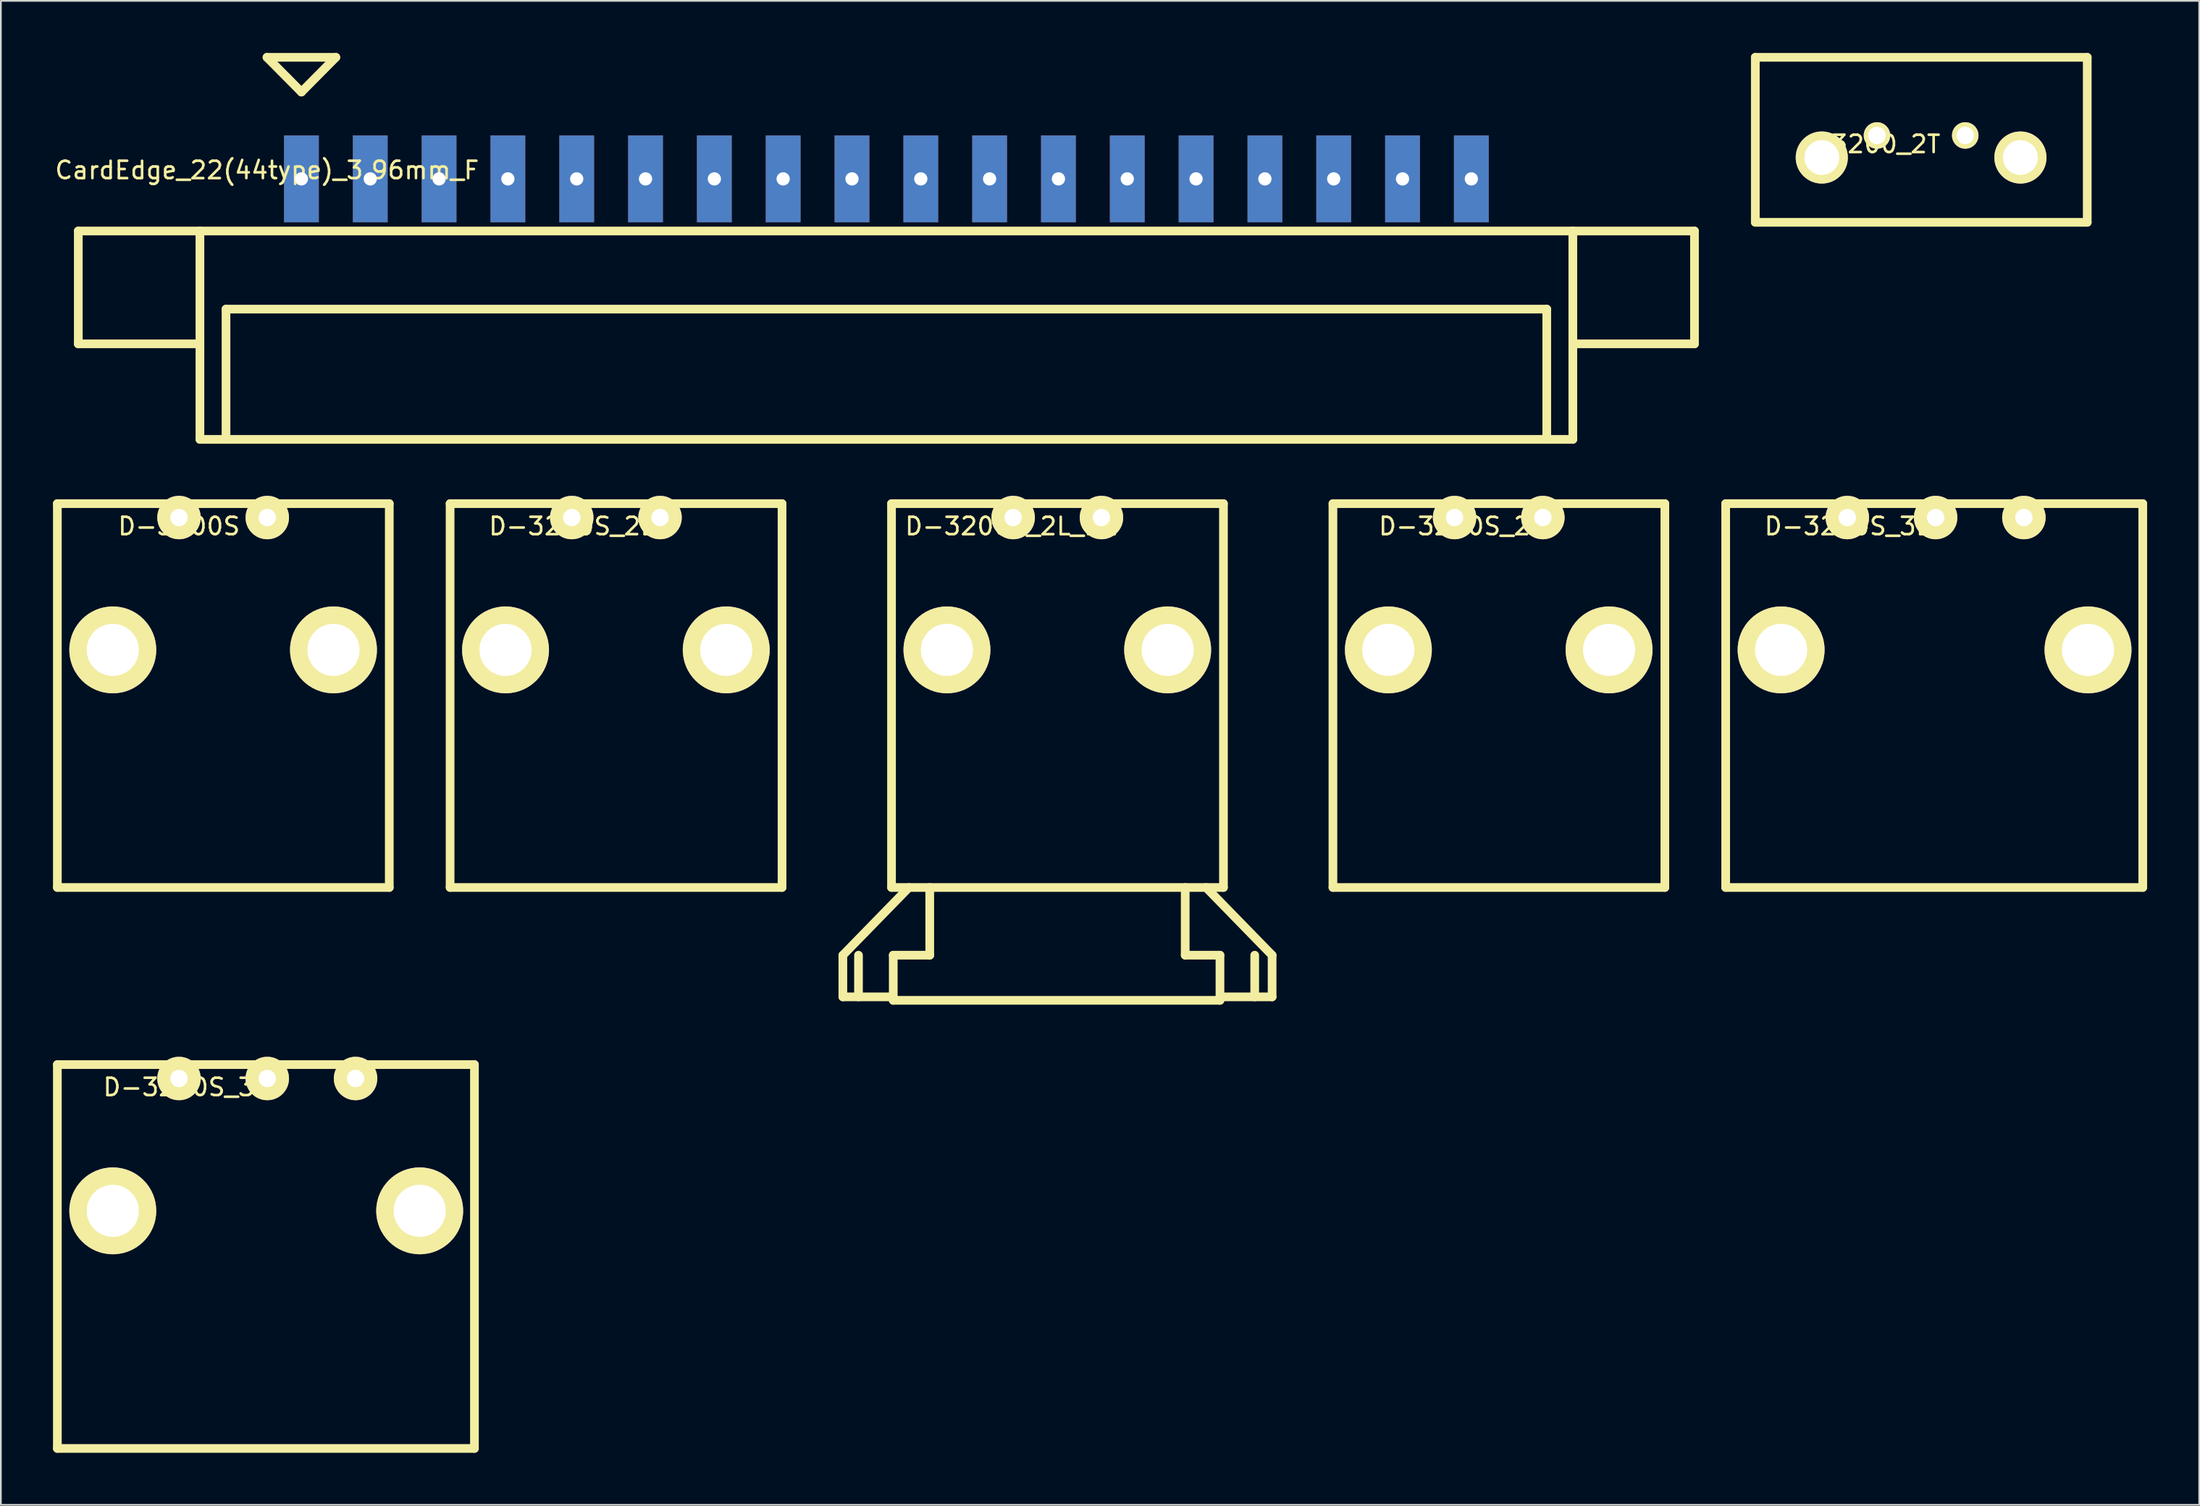
<source format=kicad_pcb>
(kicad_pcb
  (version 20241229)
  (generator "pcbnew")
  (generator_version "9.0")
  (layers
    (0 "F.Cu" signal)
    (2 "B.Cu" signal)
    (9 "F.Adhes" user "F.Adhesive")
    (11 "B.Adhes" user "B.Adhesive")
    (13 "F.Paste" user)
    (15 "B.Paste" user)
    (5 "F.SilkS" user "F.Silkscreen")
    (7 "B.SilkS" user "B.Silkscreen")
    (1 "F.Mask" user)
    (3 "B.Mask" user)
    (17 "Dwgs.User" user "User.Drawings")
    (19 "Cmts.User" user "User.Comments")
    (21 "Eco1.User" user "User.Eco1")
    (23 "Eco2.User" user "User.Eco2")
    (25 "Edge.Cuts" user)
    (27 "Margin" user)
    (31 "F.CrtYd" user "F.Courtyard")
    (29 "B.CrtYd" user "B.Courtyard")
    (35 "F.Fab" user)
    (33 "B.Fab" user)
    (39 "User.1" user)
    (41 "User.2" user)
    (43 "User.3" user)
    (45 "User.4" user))
  (footprint "D-3200S_3L"
    (layer "F.Cu")
    (at 103.25 26.75)
    (property "Reference" "D-3200S_3L" (at 0 0.5 0) (layer "F.SilkS") (effects (font (size 1 1) (thickness 0.15))))
    (attr through_hole)
    (fp_line (start -7 -0.8) (end -7 21.3) (stroke (width 0.5) (type solid)) (layer "F.SilkS"))
    (fp_line (start -7 21.3) (end 17 21.3) (stroke (width 0.5) (type solid)) (layer "F.SilkS"))
    (fp_line (start 17 -0.8) (end -7 -0.8) (stroke (width 0.5) (type solid)) (layer "F.SilkS"))
    (fp_line (start 17 -0.8) (end 17 21.3) (stroke (width 0.5) (type solid)) (layer "F.SilkS"))
    (pad "" thru_hole circle (at -3.81 7.62) (size 5 5) (drill 3) (layers "*.Cu" "*.Mask" "F.SilkS"))
    (pad "" thru_hole circle (at 13.85 7.62) (size 5 5) (drill 3) (layers "*.Cu" "*.Mask" "F.SilkS"))
    (pad "1" thru_hole circle (at 0 0) (size 2.5 2.5) (drill 1) (layers "*.Cu" "*.Mask" "F.SilkS"))
    (pad "2" thru_hole circle (at 5.08 0) (size 2.5 2.5) (drill 1) (layers "*.Cu" "*.Mask" "F.SilkS"))
    (pad "3" thru_hole circle (at 10.16 0) (size 2.5 2.5) (drill 1) (layers "*.Cu" "*.Mask" "F.SilkS")))
  (footprint "D-3200S_2L"
    (layer "F.Cu")
    (at 29.85 26.75)
    (property "Reference" "D-3200S_2L" (at 0 0.5 0) (layer "F.SilkS") (effects (font (size 1 1) (thickness 0.15))))
    (attr through_hole)
    (fp_line (start -7 -0.8) (end -7 21.3) (stroke (width 0.5) (type solid)) (layer "F.SilkS"))
    (fp_line (start -7 -0.8) (end 12.1 -0.8) (stroke (width 0.5) (type solid)) (layer "F.SilkS"))
    (fp_line (start 12.1 -0.8) (end 12.1 21.3) (stroke (width 0.5) (type solid)) (layer "F.SilkS"))
    (fp_line (start 12.1 21.3) (end -7 21.3) (stroke (width 0.5) (type solid)) (layer "F.SilkS"))
    (pad "" thru_hole circle (at -3.81 7.62) (size 5 5) (drill 3) (layers "*.Cu" "*.Mask" "F.SilkS"))
    (pad "" thru_hole circle (at 8.89 7.62) (size 5 5) (drill 3) (layers "*.Cu" "*.Mask" "F.SilkS"))
    (pad "1" thru_hole circle (at 0 0) (size 2.5 2.5) (drill 1) (layers "*.Cu" "*.Mask" "F.SilkS"))
    (pad "2" thru_hole circle (at 5.08 0) (size 2.5 2.5) (drill 1) (layers "*.Cu" "*.Mask" "F.SilkS")))
  (footprint "D-3200S_2L_PW"
    (layer "F.Cu")
    (at 55.25 26.75)
    (property "Reference" "D-3200S_2L_PW" (at 0 0.5 0) (layer "F.SilkS") (effects (font (size 1 1) (thickness 0.15))))
    (attr through_hole)
    (fp_line (start -9.8 25.2) (end -6 21.3) (stroke (width 0.5) (type solid)) (layer "F.SilkS"))
    (fp_line (start -9.8 27.6) (end -9.8 25.2) (stroke (width 0.5) (type solid)) (layer "F.SilkS"))
    (fp_line (start -8.9 25.2) (end -8.9 27.6) (stroke (width 0.5) (type solid)) (layer "F.SilkS"))
    (fp_line (start -7 -0.8) (end -7 21.3) (stroke (width 0.5) (type solid)) (layer "F.SilkS"))
    (fp_line (start -7 -0.8) (end 12.1 -0.8) (stroke (width 0.5) (type solid)) (layer "F.SilkS"))
    (fp_line (start -6.9 25.2) (end -6.9 27.8) (stroke (width 0.5) (type solid)) (layer "F.SilkS"))
    (fp_line (start -6.9 25.2) (end -4.8 25.2) (stroke (width 0.5) (type solid)) (layer "F.SilkS"))
    (fp_line (start -6.9 27.6) (end -9.8 27.6) (stroke (width 0.5) (type solid)) (layer "F.SilkS"))
    (fp_line (start -6.9 27.8) (end 11.9 27.8) (stroke (width 0.5) (type solid)) (layer "F.SilkS"))
    (fp_line (start -4.8 25.2) (end -4.8 21.3) (stroke (width 0.5) (type solid)) (layer "F.SilkS"))
    (fp_line (start 9.9 25.2) (end 9.9 21.3) (stroke (width 0.5) (type solid)) (layer "F.SilkS"))
    (fp_line (start 11.9 25.2) (end 9.9 25.2) (stroke (width 0.5) (type solid)) (layer "F.SilkS"))
    (fp_line (start 11.9 25.2) (end 11.9 27.8) (stroke (width 0.5) (type solid)) (layer "F.SilkS"))
    (fp_line (start 11.9 27.6) (end 14.9 27.6) (stroke (width 0.5) (type solid)) (layer "F.SilkS"))
    (fp_line (start 12.1 -0.8) (end 12.1 21.3) (stroke (width 0.5) (type solid)) (layer "F.SilkS"))
    (fp_line (start 12.1 21.3) (end -7 21.3) (stroke (width 0.5) (type solid)) (layer "F.SilkS"))
    (fp_line (start 13.9 25.2) (end 13.9 27.6) (stroke (width 0.5) (type solid)) (layer "F.SilkS"))
    (fp_line (start 14.9 25.2) (end 11.1 21.3) (stroke (width 0.5) (type solid)) (layer "F.SilkS"))
    (fp_line (start 14.9 27.6) (end 14.9 25.2) (stroke (width 0.5) (type solid)) (layer "F.SilkS"))
    (pad "1" thru_hole circle (at -3.81 7.62) (size 5 5) (drill 3) (layers "*.Cu" "*.Mask" "F.SilkS"))
    (pad "1" thru_hole circle (at 0 0) (size 2.5 2.5) (drill 1) (layers "*.Cu" "*.Mask" "F.SilkS"))
    (pad "2" thru_hole circle (at 5.08 0) (size 2.5 2.5) (drill 1) (layers "*.Cu" "*.Mask" "F.SilkS"))
    (pad "2" thru_hole circle (at 8.89 7.62) (size 5 5) (drill 3) (layers "*.Cu" "*.Mask" "F.SilkS")))
  (footprint "CardEdge_22(44type)_3.96mm_F"
    (layer "F.Cu")
    (at 47.955 10.25)
    (property "Reference" "CardEdge_22(44type)_3.96mm_F" (at -35.64 -3.5 0) (layer "F.SilkS") (effects (font (size 1 1) (thickness 0.15))))
    (attr through_hole)
    (fp_line (start -46.5 6.5) (end -46.5 0) (stroke (width 0.5) (type solid)) (layer "F.SilkS"))
    (fp_line (start -46.5 6.5) (end -39.5 6.5) (stroke (width 0.5) (type solid)) (layer "F.SilkS"))
    (fp_line (start -39.5 12) (end -39.5 0) (stroke (width 0.5) (type solid)) (layer "F.SilkS"))
    (fp_line (start -38 4.5) (end -38 12) (stroke (width 0.5) (type solid)) (layer "F.SilkS"))
    (fp_line (start -35.64 -10) (end -31.68 -10) (stroke (width 0.5) (type solid)) (layer "F.SilkS"))
    (fp_line (start -33.66 -8) (end -35.64 -10) (stroke (width 0.5) (type solid)) (layer "F.SilkS"))
    (fp_line (start -33.66 -8) (end -31.68 -10) (stroke (width 0.5) (type solid)) (layer "F.SilkS"))
    (fp_line (start 38 4.5) (end -38 4.5) (stroke (width 0.5) (type solid)) (layer "F.SilkS"))
    (fp_line (start 38 4.5) (end 38 12) (stroke (width 0.5) (type solid)) (layer "F.SilkS"))
    (fp_line (start 39.5 12) (end -39.5 12) (stroke (width 0.5) (type solid)) (layer "F.SilkS"))
    (fp_line (start 39.5 12) (end 39.5 0) (stroke (width 0.5) (type solid)) (layer "F.SilkS"))
    (fp_line (start 46.5 0) (end -46.5 0) (stroke (width 0.5) (type solid)) (layer "F.SilkS"))
    (fp_line (start 46.5 0) (end 46.5 6.5) (stroke (width 0.5) (type solid)) (layer "F.SilkS"))
    (fp_line (start 46.5 6.5) (end 39.5 6.5) (stroke (width 0.5) (type solid)) (layer "F.SilkS"))
    (pad "1" thru_hole rect (at -33.66 -3) (size 2 5) (drill 0.762) (layers "*.Cu" "*.Mask"))
    (pad "2" thru_hole rect (at -29.7 -3) (size 2 5) (drill 0.762) (layers "*.Cu" "*.Mask"))
    (pad "3" thru_hole rect (at -25.74 -3) (size 2 5) (drill 0.762) (layers "*.Cu" "*.Mask"))
    (pad "4" thru_hole rect (at -21.78 -3) (size 2 5) (drill 0.762) (layers "*.Cu" "*.Mask"))
    (pad "5" thru_hole rect (at -17.82 -3) (size 2 5) (drill 0.762) (layers "*.Cu" "*.Mask"))
    (pad "6" thru_hole rect (at -13.86 -3) (size 2 5) (drill 0.762) (layers "*.Cu" "*.Mask"))
    (pad "7" thru_hole rect (at -9.9 -3) (size 2 5) (drill 0.762) (layers "*.Cu" "*.Mask"))
    (pad "8" thru_hole rect (at -5.94 -3) (size 2 5) (drill 0.762) (layers "*.Cu" "*.Mask"))
    (pad "9" thru_hole rect (at -1.98 -3) (size 2 5) (drill 0.762) (layers "*.Cu" "*.Mask"))
    (pad "10" thru_hole rect (at 1.98 -3) (size 2 5) (drill 0.762) (layers "*.Cu" "*.Mask"))
    (pad "11" thru_hole rect (at 5.94 -3) (size 2 5) (drill 0.762) (layers "*.Cu" "*.Mask"))
    (pad "12" thru_hole rect (at 9.9 -3) (size 2 5) (drill 0.762) (layers "*.Cu" "*.Mask"))
    (pad "13" thru_hole rect (at 13.86 -3) (size 2 5) (drill 0.762) (layers "*.Cu" "*.Mask"))
    (pad "14" thru_hole rect (at 17.82 -3) (size 2 5) (drill 0.762) (layers "*.Cu" "*.Mask"))
    (pad "15" thru_hole rect (at 21.78 -3) (size 2 5) (drill 0.762) (layers "*.Cu" "*.Mask"))
    (pad "16" thru_hole rect (at 25.74 -3) (size 2 5) (drill 0.762) (layers "*.Cu" "*.Mask"))
    (pad "17" thru_hole rect (at 29.7 -3) (size 2 5) (drill 0.762) (layers "*.Cu" "*.Mask"))
    (pad "18" thru_hole rect (at 33.66 -3) (size 2 5) (drill 0.762) (layers "*.Cu" "*.Mask")))
  (footprint "D3200_2T"
    (layer "F.Cu")
    (at 104.955 4.75)
    (property "Reference" "D3200_2T" (at 0 0.5 0) (layer "F.SilkS") (effects (font (size 1 1) (thickness 0.15))))
    (attr through_hole)
    (fp_line (start -7 -4.5) (end -7 5) (stroke (width 0.5) (type solid)) (layer "F.SilkS"))
    (fp_line (start -7 -4.5) (end 12.1 -4.5) (stroke (width 0.5) (type solid)) (layer "F.SilkS"))
    (fp_line (start -7 5) (end 12.1 5) (stroke (width 0.5) (type solid)) (layer "F.SilkS"))
    (fp_line (start 12.1 5) (end 12.1 -4.5) (stroke (width 0.5) (type solid)) (layer "F.SilkS"))
    (pad "1" thru_hole circle (at 5.08 0) (size 1.524 1.524) (drill 1) (layers "*.Cu" "*.Mask" "F.SilkS"))
    (pad "2" thru_hole circle (at 0 0) (size 1.524 1.524) (drill 1) (layers "*.Cu" "*.Mask" "F.SilkS"))
    (pad "3" thru_hole circle (at -3.175 1.27) (size 3 3) (drill 2) (layers "*.Cu" "*.Mask" "F.SilkS"))
    (pad "5" thru_hole circle (at 8.255 1.27) (size 3 3) (drill 2) (layers "*.Cu" "*.Mask" "F.SilkS")))
  (footprint "D-3200S"
    (layer "F.Cu")
    (at 7.25 26.75)
    (property "Reference" "D-3200S" (at 0 0.5 0) (layer "F.SilkS") (effects (font (size 1 1) (thickness 0.15))))
    (attr through_hole)
    (fp_line (start -7 -0.8) (end -7 21.3) (stroke (width 0.5) (type solid)) (layer "F.SilkS"))
    (fp_line (start -7 -0.8) (end 12.1 -0.8) (stroke (width 0.5) (type solid)) (layer "F.SilkS"))
    (fp_line (start 12.1 -0.8) (end 12.1 21.3) (stroke (width 0.5) (type solid)) (layer "F.SilkS"))
    (fp_line (start 12.1 21.3) (end -7 21.3) (stroke (width 0.5) (type solid)) (layer "F.SilkS"))
    (pad "" thru_hole circle (at -3.81 7.62) (size 5 5) (drill 3) (layers "*.Cu" "*.Mask" "F.SilkS"))
    (pad "" thru_hole circle (at 8.89 7.62) (size 5 5) (drill 3) (layers "*.Cu" "*.Mask" "F.SilkS"))
    (pad "1" thru_hole circle (at 0 0) (size 2.5 2.5) (drill 1) (layers "*.Cu" "*.Mask" "F.SilkS"))
    (pad "2" thru_hole circle (at 5.08 0) (size 2.5 2.5) (drill 1) (layers "*.Cu" "*.Mask" "F.SilkS")))
  (footprint "D-3200S_3"
    (layer "F.Cu")
    (at 7.25 59.05)
    (property "Reference" "D-3200S_3" (at 0 0.5 0) (layer "F.SilkS") (effects (font (size 1 1) (thickness 0.15))))
    (attr through_hole)
    (fp_line (start -7 -0.8) (end -7 21.3) (stroke (width 0.5) (type solid)) (layer "F.SilkS"))
    (fp_line (start -7 21.3) (end 17 21.3) (stroke (width 0.5) (type solid)) (layer "F.SilkS"))
    (fp_line (start 17 -0.8) (end -7 -0.8) (stroke (width 0.5) (type solid)) (layer "F.SilkS"))
    (fp_line (start 17 -0.8) (end 17 21.3) (stroke (width 0.5) (type solid)) (layer "F.SilkS"))
    (pad "" thru_hole circle (at -3.81 7.62) (size 5 5) (drill 3) (layers "*.Cu" "*.Mask" "F.SilkS"))
    (pad "" thru_hole circle (at 13.85 7.62) (size 5 5) (drill 3) (layers "*.Cu" "*.Mask" "F.SilkS"))
    (pad "1" thru_hole circle (at 0 0) (size 2.5 2.5) (drill 1) (layers "*.Cu" "*.Mask" "F.SilkS"))
    (pad "2" thru_hole circle (at 5.08 0) (size 2.5 2.5) (drill 1) (layers "*.Cu" "*.Mask" "F.SilkS"))
    (pad "3" thru_hole circle (at 10.16 0) (size 2.5 2.5) (drill 1) (layers "*.Cu" "*.Mask" "F.SilkS")))
  (footprint "D-3200S_2"
    (layer "F.Cu")
    (at 80.65 26.75)
    (property "Reference" "D-3200S_2" (at 0 0.5 0) (layer "F.SilkS") (effects (font (size 1 1) (thickness 0.15))))
    (attr through_hole)
    (fp_line (start -7 -0.8) (end -7 21.3) (stroke (width 0.5) (type solid)) (layer "F.SilkS"))
    (fp_line (start -7 -0.8) (end 12.1 -0.8) (stroke (width 0.5) (type solid)) (layer "F.SilkS"))
    (fp_line (start 12.1 -0.8) (end 12.1 21.3) (stroke (width 0.5) (type solid)) (layer "F.SilkS"))
    (fp_line (start 12.1 21.3) (end -7 21.3) (stroke (width 0.5) (type solid)) (layer "F.SilkS"))
    (pad "" thru_hole circle (at -3.81 7.62) (size 5 5) (drill 3) (layers "*.Cu" "*.Mask" "F.SilkS"))
    (pad "" thru_hole circle (at 8.89 7.62) (size 5 5) (drill 3) (layers "*.Cu" "*.Mask" "F.SilkS"))
    (pad "1" thru_hole circle (at 0 0) (size 2.5 2.5) (drill 1) (layers "*.Cu" "*.Mask" "F.SilkS"))
    (pad "2" thru_hole circle (at 5.08 0) (size 2.5 2.5) (drill 1) (layers "*.Cu" "*.Mask" "F.SilkS")))
  (gr_rect
    (start -3 -3)
    (end 123.5 83.6)
    (stroke (width 0.1) (type default))
    (fill no)
    (layer "Edge.Cuts")))
</source>
